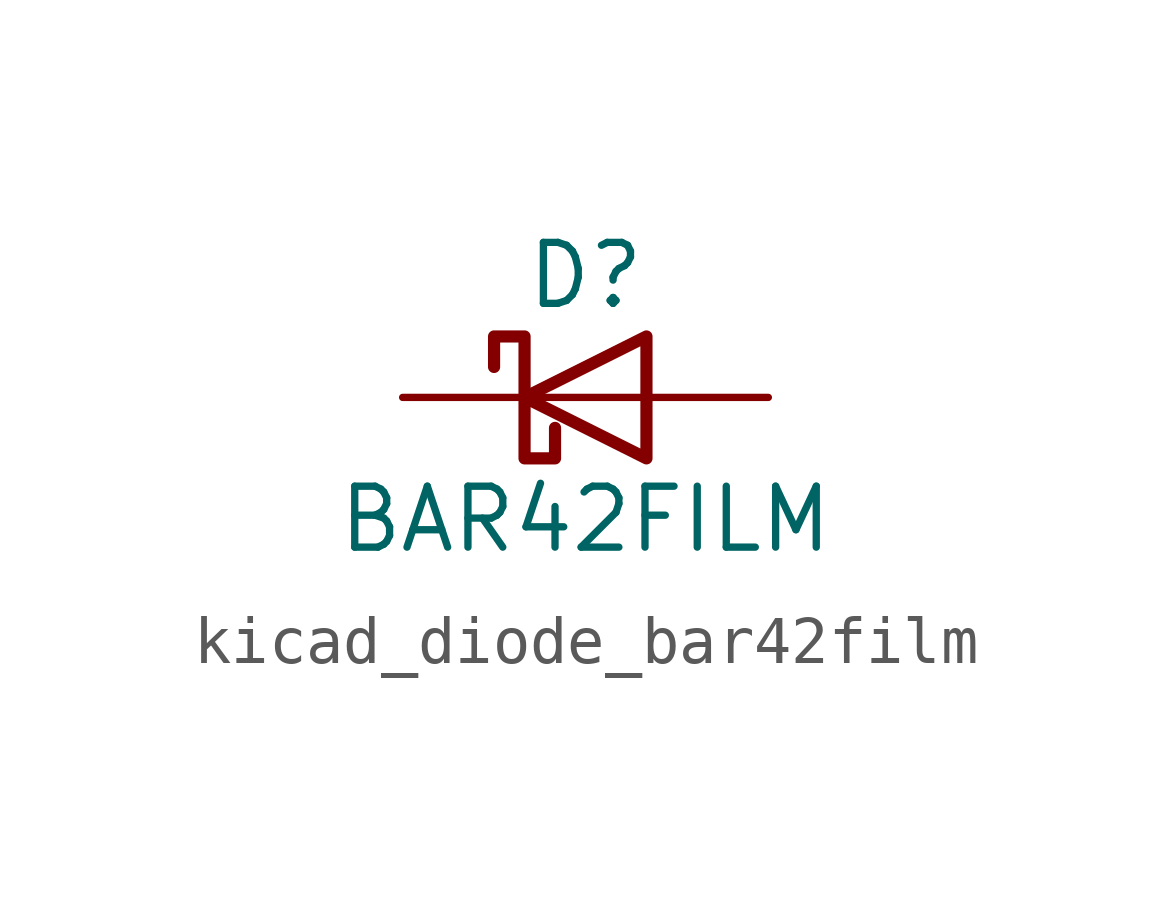
<source format=kicad_sym>
(kicad_symbol_lib
  (version 20220914)
  (generator kicad_symbol_editor)
  (symbol "kicad_diode_bar42film"
    (pin_numbers hide)
    (pin_names
      (offset 1.016) hide)
    (property "Reference" "D"
      (at 0 2.54 0)
      (effects (font (size 1.27 1.27))))
    (property "Value" "BAR42FILM"
      (at 0 -2.54 0)
      (effects (font (size 1.27 1.27))))
    (symbol "kicad_diode_bar42film_0_1"
      (polyline (pts (xy 1.27 0) (xy -1.27 0)) (stroke (width 0) (type default)) (fill (type none)))
      (polyline (pts (xy 1.27 1.27) (xy 1.27 -1.27) (xy -1.27 0) (xy 1.27 1.27)) (stroke (width 0.254) (type default)) (fill (type none)))
      (polyline (pts (xy -1.905 0.635) (xy -1.905 1.27) (xy -1.27 1.27) (xy -1.27 -1.27) (xy -0.635 -1.27) (xy -0.635 -0.635)) (stroke (width 0.254) (type default)) (fill (type none))))
    (symbol "kicad_diode_bar42film_1_1"
      (pin passive line (at 3.81 0 180) (length 2.54) (name "A" (effects (font (size 1.27 1.27)))) (number "1" (effects (font (size 1.27 1.27)))))
      (pin no_connect line (at 1.27 1.27 270) (length 2.54) hide (name "NC" (effects (font (size 1.27 1.27)))) (number "2" (effects (font (size 1.27 1.27)))))
      (pin passive line (at -3.81 0 0) (length 2.54) (name "K" (effects (font (size 1.27 1.27)))) (number "3" (effects (font (size 1.27 1.27))))))))
</source>
